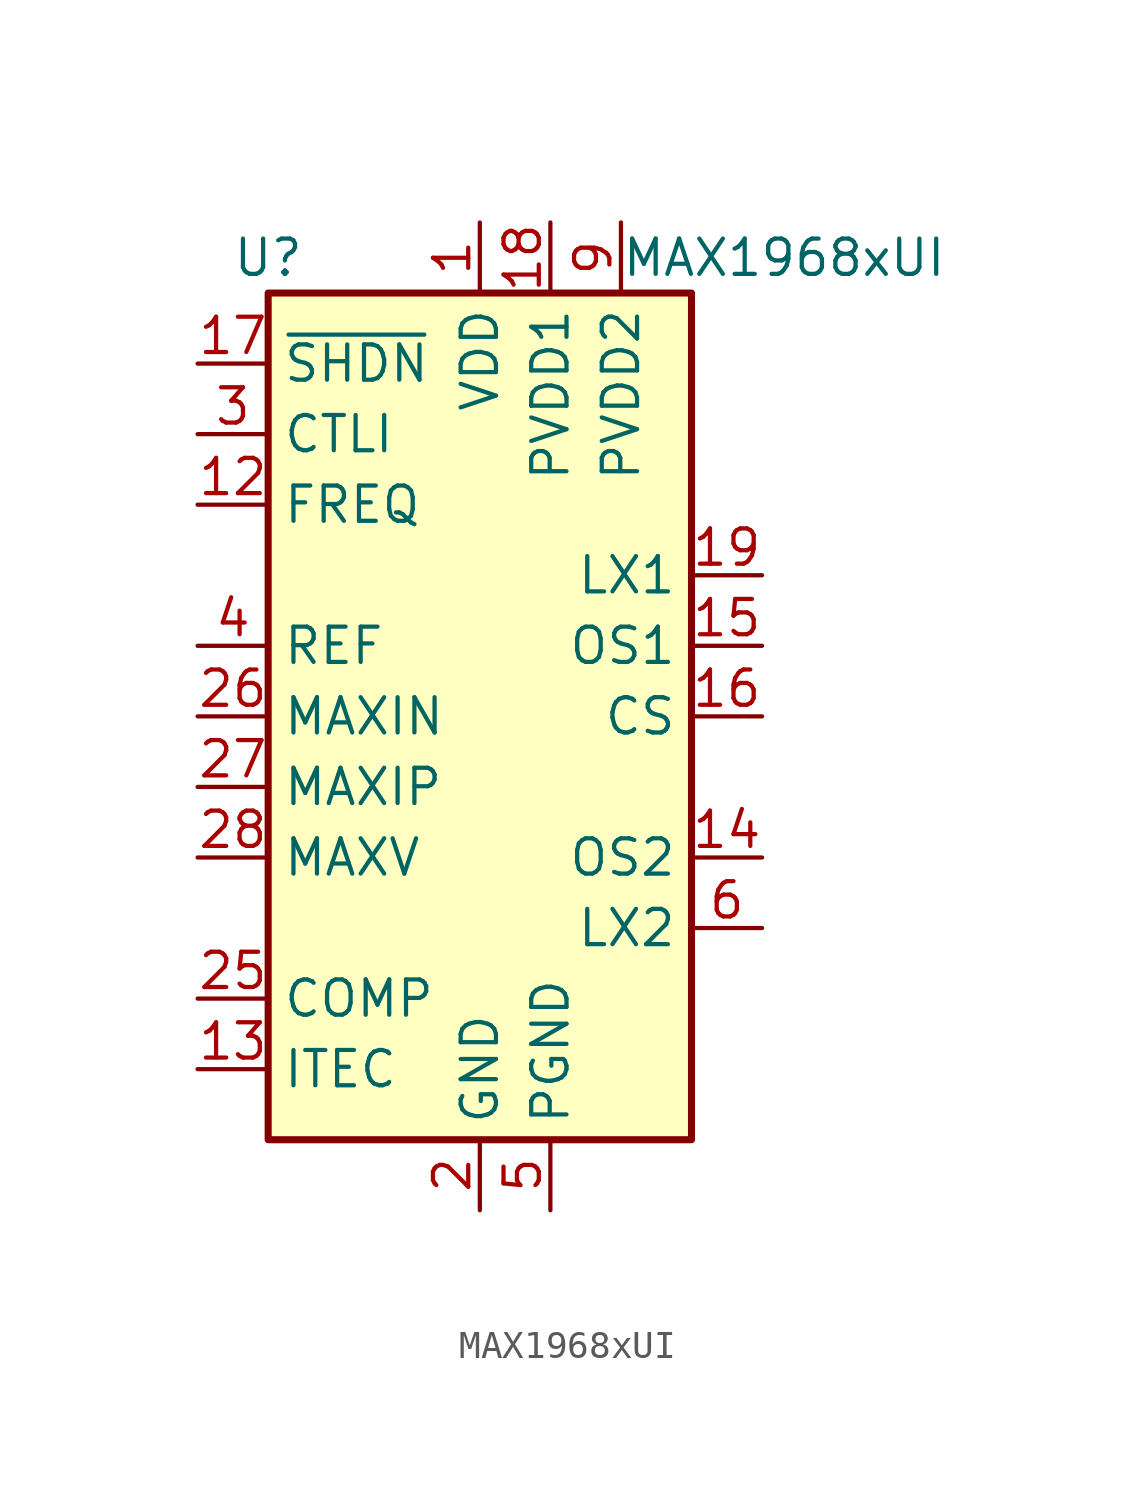
<source format=kicad_sym>
(kicad_symbol_lib
  (version 20241209)
  (generator "kicad_symbol_editor")
  (generator_version "9.0")
  (symbol "MAX1968xUI"
    (property "Reference" "U"
      (at -7.62 16.51 0)
      (effects (font (size 1.27 1.27))))
    (property "Value" "MAX1968xUI"
      (at 5.08 16.51 0)
      (effects (font (size 1.27 1.27)) (justify left)))
    (symbol "MAX1968xUI_0_1"
      (rectangle (start -7.62 15.24) (end 7.62 -15.24) (stroke (width 0.254) (type default)) (fill (type background))))
    (symbol "MAX1968xUI_1_1"
      (pin input line (at -10.16 12.7 0) (length 2.54) (name "~{SHDN}" (effects (font (size 1.27 1.27)))) (number "17" (effects (font (size 1.27 1.27)))))
      (pin input line (at -10.16 10.16 0) (length 2.54) (name "CTLI" (effects (font (size 1.27 1.27)))) (number "3" (effects (font (size 1.27 1.27)))))
      (pin input line (at -10.16 7.62 0) (length 2.54) (name "FREQ" (effects (font (size 1.27 1.27)))) (number "12" (effects (font (size 1.27 1.27)))))
      (pin output line (at -10.16 2.54 0) (length 2.54) (name "REF" (effects (font (size 1.27 1.27)))) (number "4" (effects (font (size 1.27 1.27)))))
      (pin input line (at -10.16 0 0) (length 2.54) (name "MAXIN" (effects (font (size 1.27 1.27)))) (number "26" (effects (font (size 1.27 1.27)))))
      (pin input line (at -10.16 -2.54 0) (length 2.54) (name "MAXIP" (effects (font (size 1.27 1.27)))) (number "27" (effects (font (size 1.27 1.27)))))
      (pin input line (at -10.16 -5.08 0) (length 2.54) (name "MAXV" (effects (font (size 1.27 1.27)))) (number "28" (effects (font (size 1.27 1.27)))))
      (pin passive line (at -10.16 -10.16 0) (length 2.54) (name "COMP" (effects (font (size 1.27 1.27)))) (number "25" (effects (font (size 1.27 1.27)))))
      (pin output line (at -10.16 -12.7 0) (length 2.54) (name "ITEC" (effects (font (size 1.27 1.27)))) (number "13" (effects (font (size 1.27 1.27)))))
      (pin power_in line (at 0 17.78 270) (length 2.54) (name "VDD" (effects (font (size 1.27 1.27)))) (number "1" (effects (font (size 1.27 1.27)))))
      (pin power_in line (at 0 -17.78 90) (length 2.54) (name "GND" (effects (font (size 1.27 1.27)))) (number "2" (effects (font (size 1.27 1.27)))))
      (pin passive line (at 0 -17.78 90) (length 2.54) (hide yes) (name "GND" (effects (font (size 1.27 1.27)))) (number "29" (effects (font (size 1.27 1.27)))))
      (pin power_in line (at 2.54 17.78 270) (length 2.54) (name "PVDD1" (effects (font (size 1.27 1.27)))) (number "18" (effects (font (size 1.27 1.27)))))
      (pin passive line (at 2.54 17.78 270) (length 2.54) (hide yes) (name "PVDD1" (effects (font (size 1.27 1.27)))) (number "20" (effects (font (size 1.27 1.27)))))
      (pin passive line (at 2.54 -17.78 90) (length 2.54) (hide yes) (name "PGND" (effects (font (size 1.27 1.27)))) (number "22" (effects (font (size 1.27 1.27)))))
      (pin passive line (at 2.54 -17.78 90) (length 2.54) (hide yes) (name "PGND" (effects (font (size 1.27 1.27)))) (number "24" (effects (font (size 1.27 1.27)))))
      (pin power_in line (at 2.54 -17.78 90) (length 2.54) (name "PGND" (effects (font (size 1.27 1.27)))) (number "5" (effects (font (size 1.27 1.27)))))
      (pin passive line (at 2.54 -17.78 90) (length 2.54) (hide yes) (name "PGND" (effects (font (size 1.27 1.27)))) (number "7" (effects (font (size 1.27 1.27)))))
      (pin passive line (at 5.08 17.78 270) (length 2.54) (hide yes) (name "PVDD2" (effects (font (size 1.27 1.27)))) (number "11" (effects (font (size 1.27 1.27)))))
      (pin power_in line (at 5.08 17.78 270) (length 2.54) (name "PVDD2" (effects (font (size 1.27 1.27)))) (number "9" (effects (font (size 1.27 1.27)))))
      (pin power_out line (at 10.16 5.08 180) (length 2.54) (name "LX1" (effects (font (size 1.27 1.27)))) (number "19" (effects (font (size 1.27 1.27)))))
      (pin passive line (at 10.16 5.08 180) (length 2.54) (hide yes) (name "LX1" (effects (font (size 1.27 1.27)))) (number "21" (effects (font (size 1.27 1.27)))))
      (pin passive line (at 10.16 5.08 180) (length 2.54) (hide yes) (name "LX1" (effects (font (size 1.27 1.27)))) (number "23" (effects (font (size 1.27 1.27)))))
      (pin input line (at 10.16 2.54 180) (length 2.54) (name "OS1" (effects (font (size 1.27 1.27)))) (number "15" (effects (font (size 1.27 1.27)))))
      (pin input line (at 10.16 0 180) (length 2.54) (name "CS" (effects (font (size 1.27 1.27)))) (number "16" (effects (font (size 1.27 1.27)))))
      (pin input line (at 10.16 -5.08 180) (length 2.54) (name "OS2" (effects (font (size 1.27 1.27)))) (number "14" (effects (font (size 1.27 1.27)))))
      (pin passive line (at 10.16 -7.62 180) (length 2.54) (hide yes) (name "LX2" (effects (font (size 1.27 1.27)))) (number "10" (effects (font (size 1.27 1.27)))))
      (pin power_out line (at 10.16 -7.62 180) (length 2.54) (name "LX2" (effects (font (size 1.27 1.27)))) (number "6" (effects (font (size 1.27 1.27)))))
      (pin passive line (at 10.16 -7.62 180) (length 2.54) (hide yes) (name "LX2" (effects (font (size 1.27 1.27)))) (number "8" (effects (font (size 1.27 1.27))))))))
</source>
